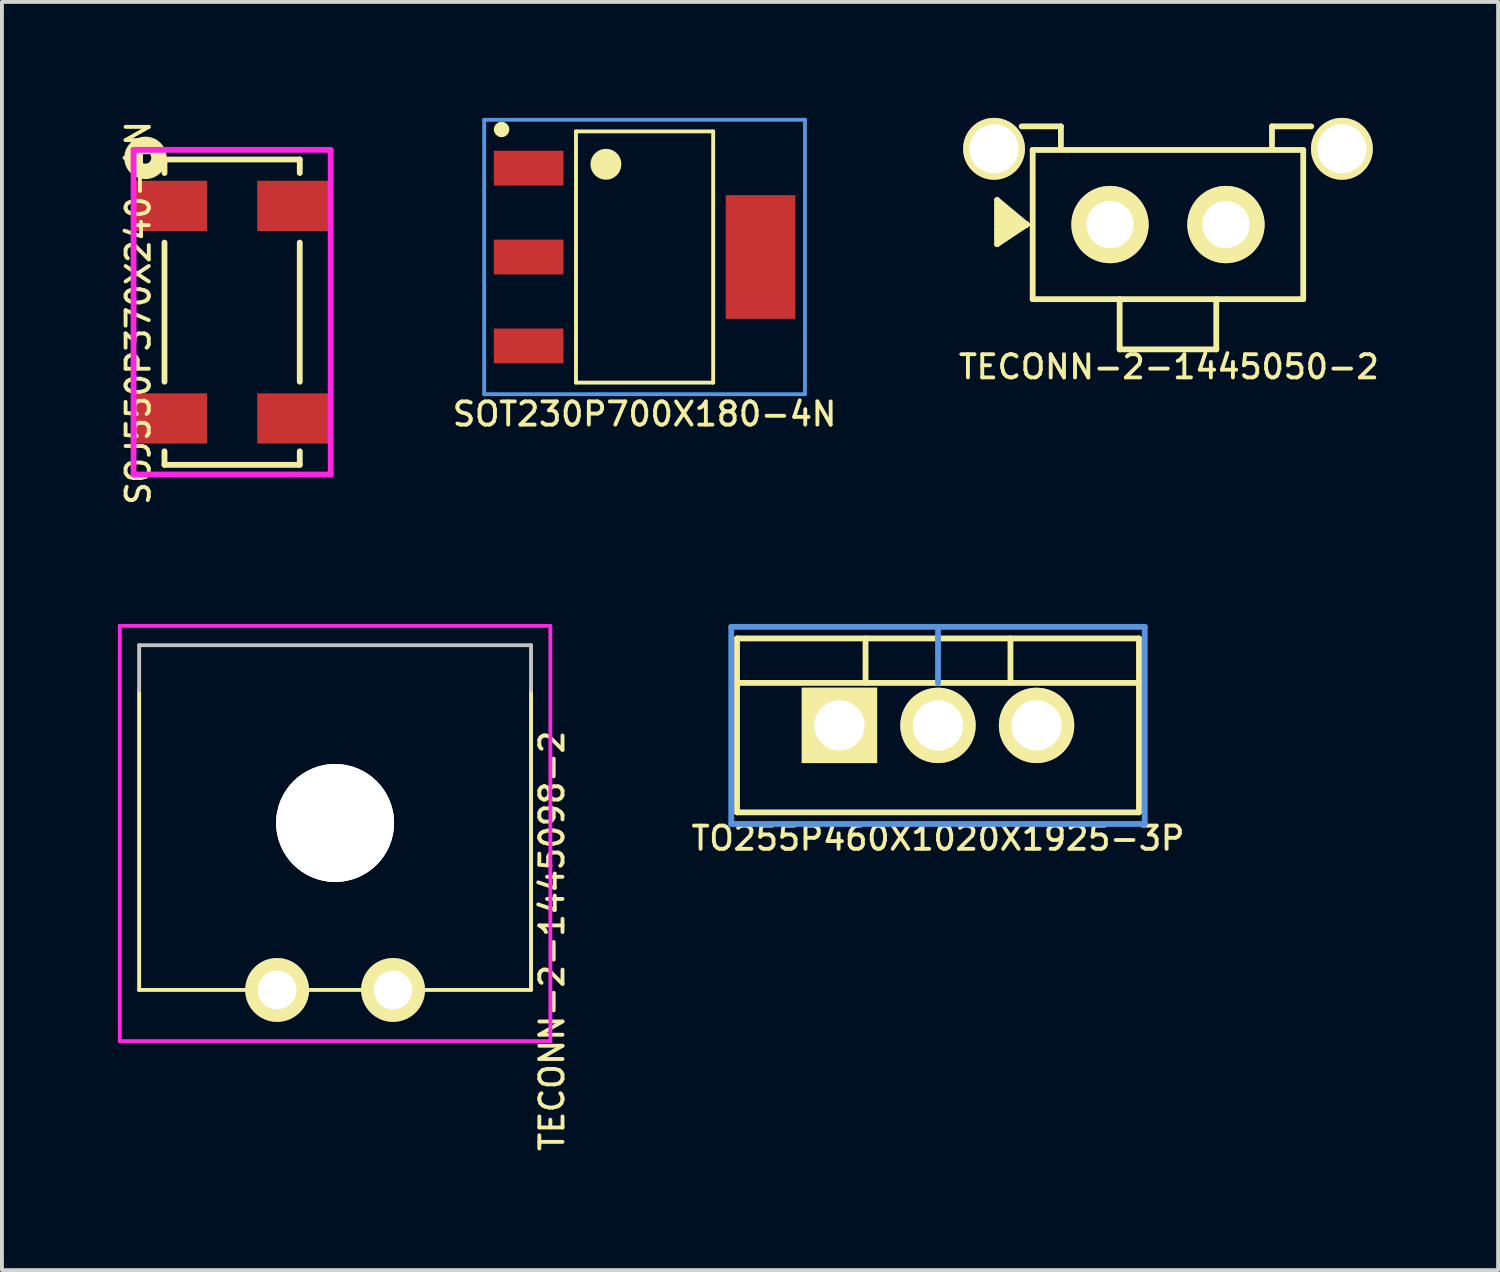
<source format=kicad_pcb>
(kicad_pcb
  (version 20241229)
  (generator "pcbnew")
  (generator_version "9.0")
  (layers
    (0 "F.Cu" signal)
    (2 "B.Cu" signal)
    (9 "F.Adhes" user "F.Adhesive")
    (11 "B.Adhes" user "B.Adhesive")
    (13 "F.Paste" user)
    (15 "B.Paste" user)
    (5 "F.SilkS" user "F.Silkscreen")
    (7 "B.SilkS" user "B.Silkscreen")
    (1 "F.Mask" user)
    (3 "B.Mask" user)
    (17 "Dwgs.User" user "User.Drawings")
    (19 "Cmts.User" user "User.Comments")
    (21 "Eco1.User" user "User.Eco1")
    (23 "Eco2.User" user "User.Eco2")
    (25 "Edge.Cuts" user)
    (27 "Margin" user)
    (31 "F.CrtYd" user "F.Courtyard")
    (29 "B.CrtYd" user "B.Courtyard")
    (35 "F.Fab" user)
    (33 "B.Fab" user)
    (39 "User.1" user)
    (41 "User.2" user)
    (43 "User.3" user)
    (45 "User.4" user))
  (footprint "TECONN-2-1445050-2"
    (layer "F.Cu")
    (at 25.67 2.76)
    (property "Reference" "TECONN-2-1445050-2" (at 1.524 3.683 0) (layer "F.SilkS") (effects (font (size 0.6 0.6) (thickness 0.1))))
    (attr through_hole)
    (fp_line (start -2.921 -0.635) (end -2.921 0.508) (stroke (width 0.15) (type solid)) (layer "F.SilkS"))
    (fp_line (start -2.921 0.508) (end -2.159 0) (stroke (width 0.15) (type solid)) (layer "F.SilkS"))
    (fp_line (start -2.159 0) (end -2.921 -0.635) (stroke (width 0.15) (type solid)) (layer "F.SilkS"))
    (fp_line (start -2.159 0) (end -2.921 -0.508) (stroke (width 0.15) (type solid)) (layer "F.SilkS"))
    (fp_line (start -2.159 0) (end -2.921 -0.381) (stroke (width 0.15) (type solid)) (layer "F.SilkS"))
    (fp_line (start -2.159 0) (end -2.921 -0.254) (stroke (width 0.15) (type solid)) (layer "F.SilkS"))
    (fp_line (start -2.159 0) (end -2.921 -0.127) (stroke (width 0.15) (type solid)) (layer "F.SilkS"))
    (fp_line (start -2.159 0) (end -2.921 0) (stroke (width 0.15) (type solid)) (layer "F.SilkS"))
    (fp_line (start -2.159 0) (end -2.921 0.127) (stroke (width 0.15) (type solid)) (layer "F.SilkS"))
    (fp_line (start -2.159 0) (end -2.921 0.254) (stroke (width 0.15) (type solid)) (layer "F.SilkS"))
    (fp_line (start -2.159 0) (end -2.921 0.381) (stroke (width 0.15) (type solid)) (layer "F.SilkS"))
    (fp_line (start -2 1.93) (end -2 -1.93) (stroke (width 0.15) (type solid)) (layer "F.SilkS"))
    (fp_line (start -1.27 -2.54) (end -2.286 -2.54) (stroke (width 0.15) (type solid)) (layer "F.SilkS"))
    (fp_line (start -1.27 -2.032) (end -1.27 -2.54) (stroke (width 0.15) (type solid)) (layer "F.SilkS"))
    (fp_line (start 0.25 1.93) (end 0.25 3.23) (stroke (width 0.15) (type solid)) (layer "F.SilkS"))
    (fp_line (start 0.25 3.23) (end 2.75 3.23) (stroke (width 0.15) (type solid)) (layer "F.SilkS"))
    (fp_line (start 2.75 3.23) (end 2.75 1.93) (stroke (width 0.15) (type solid)) (layer "F.SilkS"))
    (fp_line (start 4.191 -2.54) (end 5.207 -2.54) (stroke (width 0.15) (type solid)) (layer "F.SilkS"))
    (fp_line (start 4.191 -2.032) (end 4.191 -2.54) (stroke (width 0.15) (type solid)) (layer "F.SilkS"))
    (fp_line (start 5 -1.93) (end -2 -1.93) (stroke (width 0.15) (type solid)) (layer "F.SilkS"))
    (fp_line (start 5 -1.93) (end 5 1.93) (stroke (width 0.15) (type solid)) (layer "F.SilkS"))
    (fp_line (start 5 1.93) (end -2 1.93) (stroke (width 0.15) (type solid)) (layer "F.SilkS"))
    (pad "" thru_hole circle (at -3 -1.96) (size 1.6 1.6) (drill 1.27) (layers "*.Cu" "*.Mask" "F.SilkS"))
    (pad "" thru_hole circle (at 6 -1.96) (size 1.6 1.6) (drill 1.27) (layers "*.Cu" "*.Mask" "F.SilkS"))
    (pad "1" thru_hole circle (at 0 0) (size 2 2) (drill 1.22) (layers "*.Cu" "*.Mask" "F.SilkS"))
    (pad "2" thru_hole circle (at 3 0) (size 2 2) (drill 1.22) (layers "*.Cu" "*.Mask" "F.SilkS")))
  (footprint "TO255P460X1020X1925-3P"
    (layer "F.Cu")
    (at 21.22 15.719)
    (property "Reference" "TO255P460X1020X1925-3P" (at 0 2.921 0) (layer "F.SilkS") (effects (font (size 0.6 0.6) (thickness 0.1))))
    (attr through_hole)
    (fp_line (start -5.2 -2.25) (end 5.2 -2.25) (stroke (width 0.15) (type solid)) (layer "F.SilkS"))
    (fp_line (start -5.2 -1.1) (end 5.2 -1.1) (stroke (width 0.15) (type solid)) (layer "F.SilkS"))
    (fp_line (start -5.2 2.25) (end -5.2 -2.25) (stroke (width 0.15) (type solid)) (layer "F.SilkS"))
    (fp_line (start -1.875 -2.25) (end -1.875 -1.1) (stroke (width 0.15) (type solid)) (layer "F.SilkS"))
    (fp_line (start 1.875 -2.25) (end 1.875 -1.1) (stroke (width 0.15) (type solid)) (layer "F.SilkS"))
    (fp_line (start 5.2 -2.25) (end 5.2 2.25) (stroke (width 0.15) (type solid)) (layer "F.SilkS"))
    (fp_line (start 5.2 2.25) (end -5.2 2.25) (stroke (width 0.15) (type solid)) (layer "F.SilkS"))
    (fp_line (start -5.35 -2.55) (end 5.35 -2.55) (stroke (width 0.15) (type solid)) (layer "Cmts.User"))
    (fp_line (start -5.35 2.55) (end -5.35 -2.55) (stroke (width 0.15) (type solid)) (layer "Cmts.User"))
    (fp_line (start 0 -2.55) (end 0 -1.1) (stroke (width 0.15) (type solid)) (layer "Cmts.User"))
    (fp_line (start 5.35 -2.55) (end 5.35 2.55) (stroke (width 0.15) (type solid)) (layer "Cmts.User"))
    (fp_line (start 5.35 2.55) (end -5.35 2.55) (stroke (width 0.15) (type solid)) (layer "Cmts.User"))
    (pad "1" thru_hole rect (at -2.55 0) (size 1.95 1.95) (drill 1.3) (layers "*.Cu" "*.Mask" "F.SilkS"))
    (pad "2" thru_hole circle (at 0 0) (size 1.95 1.95) (drill 1.3) (layers "*.Cu" "*.Mask" "F.SilkS"))
    (pad "3" thru_hole circle (at 2.55 0) (size 1.95 1.95) (drill 1.3) (layers "*.Cu" "*.Mask" "F.SilkS")))
  (footprint "SOJ550P370X240-4N"
    (layer "F.Cu")
    (at 2.956 5.027)
    (property "Reference" "SOJ550P370X240-4N" (at -2.429 0.02 90) (layer "F.SilkS") (effects (font (size 0.6 0.6) (thickness 0.1))))
    (attr through_hole)
    (fp_line (start -1.75 -3.95) (end 1.75 -3.95) (stroke (width 0.15) (type solid)) (layer "F.SilkS"))
    (fp_line (start -1.75 -3.6) (end -1.75 -3.95) (stroke (width 0.15) (type solid)) (layer "F.SilkS"))
    (fp_line (start -1.75 1.8) (end -1.75 -1.8) (stroke (width 0.15) (type solid)) (layer "F.SilkS"))
    (fp_line (start -1.75 3.6) (end -1.75 3.95) (stroke (width 0.15) (type solid)) (layer "F.SilkS"))
    (fp_line (start 1.75 -3.95) (end 1.75 -3.6) (stroke (width 0.15) (type solid)) (layer "F.SilkS"))
    (fp_line (start 1.75 -1.8) (end 1.75 1.8) (stroke (width 0.15) (type solid)) (layer "F.SilkS"))
    (fp_line (start 1.75 3.95) (end -1.75 3.95) (stroke (width 0.15) (type solid)) (layer "F.SilkS"))
    (fp_line (start 1.75 3.95) (end 1.75 3.6) (stroke (width 0.15) (type solid)) (layer "F.SilkS"))
    (fp_circle (center -2.242 -3.992) (end -2.092 -3.992) (stroke (width 0.4) (type solid)) (fill no) (layer "F.SilkS"))
    (fp_line (start -2.55 -4.2) (end 2.55 -4.2) (stroke (width 0.15) (type solid)) (layer "F.CrtYd"))
    (fp_line (start -2.55 4.2) (end -2.55 -4.2) (stroke (width 0.15) (type solid)) (layer "F.CrtYd"))
    (fp_line (start 2.55 -4.2) (end 2.55 4.2) (stroke (width 0.15) (type solid)) (layer "F.CrtYd"))
    (fp_line (start 2.55 4.2) (end -2.55 4.2) (stroke (width 0.15) (type solid)) (layer "F.CrtYd"))
    (pad "1" smd rect (at -1.6 -2.75) (size 1.9 1.3) (layers "F.Cu" "F.Mask" "F.Paste"))
    (pad "2" smd rect (at -1.6 2.75) (size 1.9 1.3) (layers "F.Cu" "F.Mask" "F.Paste"))
    (pad "3" smd rect (at 1.6 2.75) (size 1.9 1.3) (layers "F.Cu" "F.Mask" "F.Paste"))
    (pad "4" smd rect (at 1.6 -2.75) (size 1.9 1.3) (layers "F.Cu" "F.Mask" "F.Paste")))
  (footprint "SOT230P700X180-4N"
    (layer "F.Cu")
    (at 13.628 3.6)
    (property "Reference" "SOT230P700X180-4N" (at 0 4.064 0) (layer "F.SilkS") (effects (font (size 0.6 0.6) (thickness 0.1))))
    (attr through_hole)
    (fp_line (start -1.775 -3.25) (end 1.775 -3.25) (stroke (width 0.1) (type solid)) (layer "F.SilkS"))
    (fp_line (start -1.775 3.25) (end -1.775 -3.25) (stroke (width 0.1) (type solid)) (layer "F.SilkS"))
    (fp_line (start 1.775 -3.25) (end 1.775 3.25) (stroke (width 0.1) (type solid)) (layer "F.SilkS"))
    (fp_line (start 1.775 3.25) (end -1.775 3.25) (stroke (width 0.1) (type solid)) (layer "F.SilkS"))
    (fp_circle (center -3.7 -3.3) (end -3.6 -3.3) (stroke (width 0.2) (type solid)) (fill no) (layer "F.SilkS"))
    (fp_circle (center -1 -2.4) (end -0.8 -2.4) (stroke (width 0.4) (type solid)) (fill no) (layer "F.SilkS"))
    (fp_line (start -4.15 -3.55) (end 4.15 -3.55) (stroke (width 0.1) (type solid)) (layer "Cmts.User"))
    (fp_line (start -4.15 3.55) (end -4.15 -3.55) (stroke (width 0.1) (type solid)) (layer "Cmts.User"))
    (fp_line (start 4.15 -3.55) (end 4.15 3.55) (stroke (width 0.1) (type solid)) (layer "Cmts.User"))
    (fp_line (start 4.15 3.55) (end -4.15 3.55) (stroke (width 0.1) (type solid)) (layer "Cmts.User"))
    (pad "1" smd rect (at -3 -2.3) (size 1.8 0.9) (layers "F.Cu" "F.Mask" "F.Paste"))
    (pad "2" smd rect (at -3 0) (size 1.8 0.9) (layers "F.Cu" "F.Mask" "F.Paste"))
    (pad "3" smd rect (at -3 2.3) (size 1.8 0.9) (layers "F.Cu" "F.Mask" "F.Paste"))
    (pad "4" smd rect (at 3 0) (size 1.8 3.2) (layers "F.Cu" "F.Mask" "F.Paste")))
  (footprint "TECONN-2-1445098-2"
    (layer "F.Cu")
    (at 4.12 22.564)
    (property "Reference" "TECONN-2-1445098-2" (at 7.112 -1.27 90) (layer "F.SilkS") (effects (font (size 0.6 0.6) (thickness 0.1))))
    (attr through_hole)
    (fp_line (start -3.57 -7.75) (end -3.57 0) (stroke (width 0.1) (type solid)) (layer "F.SilkS"))
    (fp_line (start 6.57 0) (end -3.57 0) (stroke (width 0.1) (type solid)) (layer "F.SilkS"))
    (fp_line (start 6.57 0) (end 6.57 -7.75) (stroke (width 0.1) (type solid)) (layer "F.SilkS"))
    (fp_line (start -3.57 -8.92) (end 6.57 -8.92) (stroke (width 0.1) (type solid)) (layer "Dwgs.User"))
    (fp_line (start -3.57 -7.75) (end -3.57 -8.92) (stroke (width 0.1) (type solid)) (layer "Dwgs.User"))
    (fp_line (start 6.57 -8.92) (end 6.57 -7.75) (stroke (width 0.1) (type solid)) (layer "Dwgs.User"))
    (fp_line (start -4.07 -9.42) (end 7.07 -9.42) (stroke (width 0.1) (type solid)) (layer "F.CrtYd"))
    (fp_line (start -4.07 1.325) (end -4.07 -9.42) (stroke (width 0.1) (type solid)) (layer "F.CrtYd"))
    (fp_line (start 7.07 -9.42) (end 7.07 1.325) (stroke (width 0.1) (type solid)) (layer "F.CrtYd"))
    (fp_line (start 7.07 1.325) (end -4.07 1.325) (stroke (width 0.1) (type solid)) (layer "F.CrtYd"))
    (pad "" thru_hole circle (at 1.5 -4.32) (size 3.05 3.05) (drill 3.05) (layers "*.Cu" "*.Mask" "F.SilkS"))
    (pad "1" thru_hole circle (at 0 0) (size 1.65 1.65) (drill 1) (layers "*.Cu" "*.Mask" "F.SilkS"))
    (pad "2" thru_hole circle (at 3 0) (size 1.65 1.65) (drill 1) (layers "*.Cu" "*.Mask" "F.SilkS")))
  (gr_rect
    (start -3 -3)
    (end 35.712 29.813)
    (stroke (width 0.1) (type default))
    (fill no)
    (layer "Edge.Cuts")))
</source>
